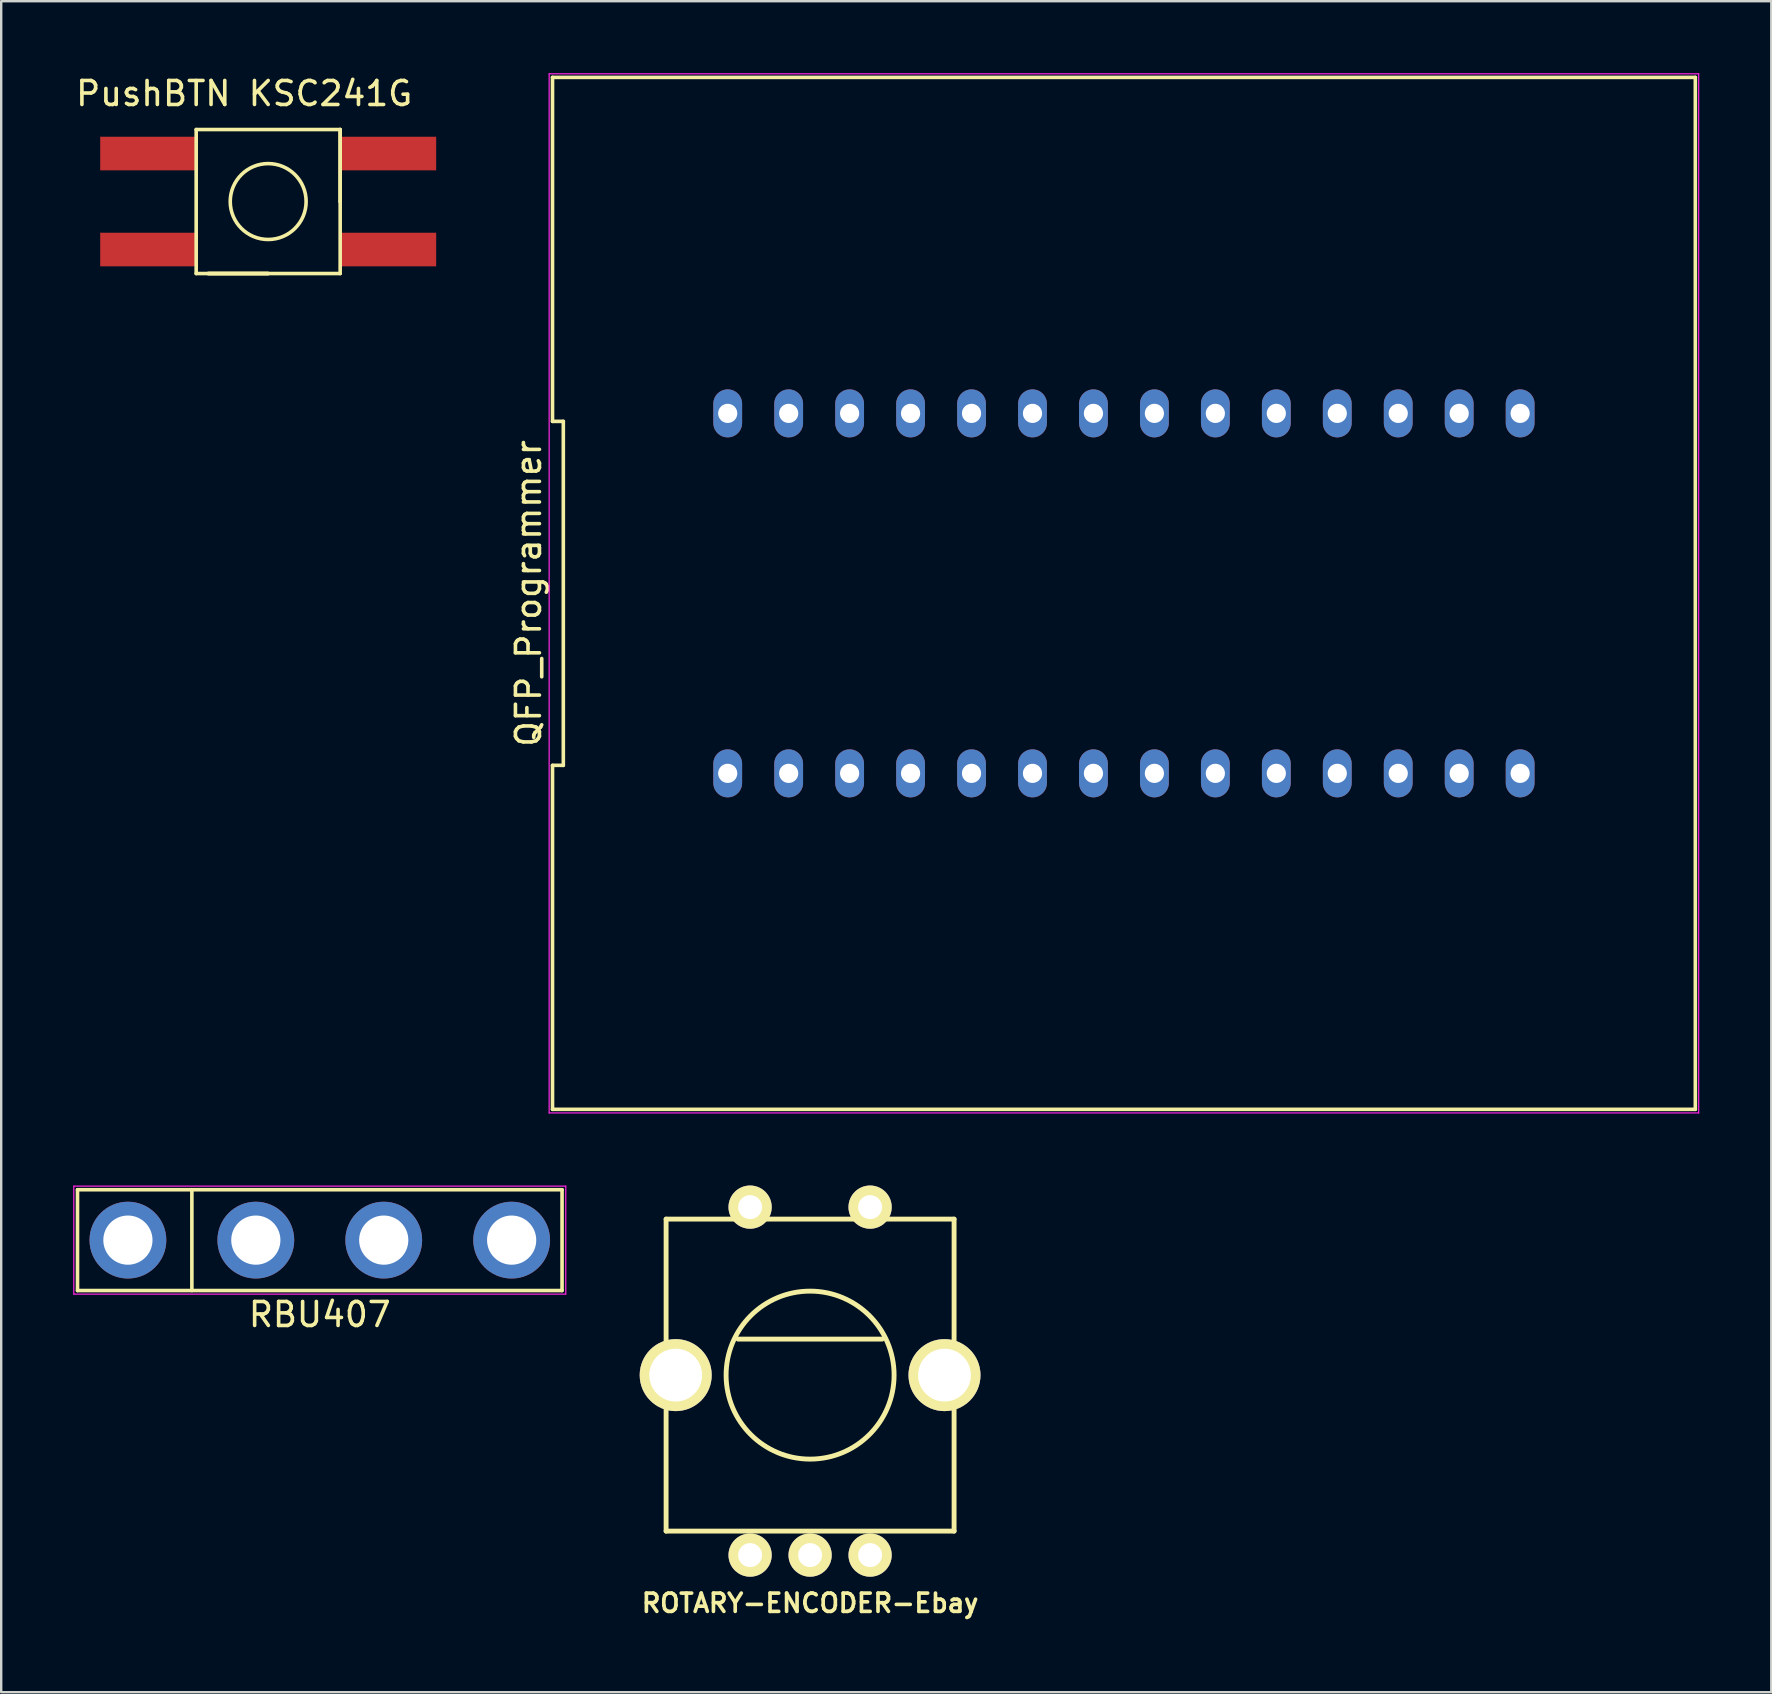
<source format=kicad_pcb>
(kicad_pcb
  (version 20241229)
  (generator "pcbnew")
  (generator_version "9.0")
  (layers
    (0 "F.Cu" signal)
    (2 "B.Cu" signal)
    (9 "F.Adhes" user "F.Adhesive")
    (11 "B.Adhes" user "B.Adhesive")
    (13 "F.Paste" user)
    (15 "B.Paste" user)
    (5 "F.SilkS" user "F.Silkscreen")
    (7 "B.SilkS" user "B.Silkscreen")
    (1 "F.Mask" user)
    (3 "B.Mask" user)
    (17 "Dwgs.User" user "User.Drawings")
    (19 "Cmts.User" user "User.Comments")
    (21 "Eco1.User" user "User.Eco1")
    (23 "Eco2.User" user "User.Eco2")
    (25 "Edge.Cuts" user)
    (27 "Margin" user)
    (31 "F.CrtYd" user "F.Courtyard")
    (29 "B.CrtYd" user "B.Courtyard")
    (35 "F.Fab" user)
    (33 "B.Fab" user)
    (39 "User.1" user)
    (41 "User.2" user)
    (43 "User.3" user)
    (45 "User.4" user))
  (footprint "RBU407"
    (layer "F.Cu")
    (at 10.275 48.625)
    (property "Reference" "RBU407" (at 0 3.1 0) (layer "F.SilkS") (effects (font (size 1 1) (thickness 0.15))))
    (attr through_hole)
    (fp_line (start -10.095 -2.1) (end 10.095 -2.1) (stroke (width 0.15) (type solid)) (layer "F.SilkS"))
    (fp_line (start -10.095 2.1) (end -10.095 -2.1) (stroke (width 0.15) (type solid)) (layer "F.SilkS"))
    (fp_line (start -5.33 -2.1) (end -5.33 2.1) (stroke (width 0.15) (type solid)) (layer "F.SilkS"))
    (fp_line (start 10.095 -2.1) (end 10.095 2.1) (stroke (width 0.15) (type solid)) (layer "F.SilkS"))
    (fp_line (start 10.095 2.1) (end -10.095 2.1) (stroke (width 0.15) (type solid)) (layer "F.SilkS"))
    (fp_line (start -10.25 -2.25) (end 10.25 -2.25) (stroke (width 0.05) (type solid)) (layer "F.CrtYd"))
    (fp_line (start -10.25 2.25) (end -10.25 -2.25) (stroke (width 0.05) (type solid)) (layer "F.CrtYd"))
    (fp_line (start 10.25 -2.25) (end 10.25 2.25) (stroke (width 0.05) (type solid)) (layer "F.CrtYd"))
    (fp_line (start 10.25 2.25) (end -10.25 2.25) (stroke (width 0.05) (type solid)) (layer "F.CrtYd"))
    (pad "1" thru_hole circle (at -7.995 0) (size 3.2 3.2) (drill 2.05) (layers "*.Cu" "*.Mask"))
    (pad "2" thru_hole circle (at -2.665 0) (size 3.2 3.2) (drill 2.05) (layers "*.Cu" "*.Mask"))
    (pad "3" thru_hole circle (at 2.665 0) (size 3.2 3.2) (drill 2.05) (layers "*.Cu" "*.Mask"))
    (pad "4" thru_hole circle (at 7.995 0) (size 3.2 3.2) (drill 2.05) (layers "*.Cu" "*.Mask")))
  (footprint "ROTARY-ENCODER-Ebay"
    (layer "F.Cu")
    (at 30.706 54.25)
    (property "Reference" "ROTARY-ENCODER-Ebay" (at 0 9.5 0) (layer "F.SilkS") (effects (font (size 0.762 0.762) (thickness 0.152))))
    (attr through_hole)
    (fp_line (start -6 -6.5) (end 6 -6.5) (stroke (width 0.203) (type solid)) (layer "F.SilkS"))
    (fp_line (start -6 6.5) (end -6 -6.5) (stroke (width 0.203) (type solid)) (layer "F.SilkS"))
    (fp_line (start 3 -1.5) (end -3 -1.5) (stroke (width 0.203) (type solid)) (layer "F.SilkS"))
    (fp_line (start 6 -6.5) (end 6 6.5) (stroke (width 0.203) (type solid)) (layer "F.SilkS"))
    (fp_line (start 6 6.5) (end -6 6.5) (stroke (width 0.203) (type solid)) (layer "F.SilkS"))
    (fp_circle (center 0 0) (end 3.5 0) (stroke (width 0.203) (type solid)) (fill no) (layer "F.SilkS"))
    (pad "" thru_hole circle (at -5.6 0) (size 3 3) (drill 2.2) (layers "*.Cu" "*.Mask" "F.SilkS"))
    (pad "" thru_hole circle (at 5.6 0) (size 3 3) (drill 2.2) (layers "*.Cu" "*.Mask" "F.SilkS"))
    (pad "1" thru_hole circle (at 2.5 7.5) (size 1.8 1.8) (drill 1) (layers "*.Cu" "*.Mask" "F.SilkS"))
    (pad "2" thru_hole circle (at 0 7.5) (size 1.8 1.8) (drill 1) (layers "*.Cu" "*.Mask" "F.SilkS"))
    (pad "3" thru_hole circle (at -2.5 7.5) (size 1.8 1.8) (drill 1) (layers "*.Cu" "*.Mask" "F.SilkS"))
    (pad "4" thru_hole circle (at -2.5 -7) (size 1.8 1.8) (drill 1) (layers "*.Cu" "*.Mask" "F.SilkS"))
    (pad "5" thru_hole circle (at 2.5 -7) (size 1.8 1.8) (drill 1) (layers "*.Cu" "*.Mask" "F.SilkS")))
  (footprint "QFP_Programmer"
    (layer "F.Cu")
    (at 43.783 21.675)
    (property "Reference" "QFP_Programmer" (at -24.81 0 90) (layer "F.SilkS") (effects (font (size 1 1) (thickness 0.15))))
    (attr through_hole)
    (fp_line (start -23.81 -21.5) (end -23.81 -7.167) (stroke (width 0.15) (type solid)) (layer "F.SilkS"))
    (fp_line (start -23.81 -7.167) (end -23.36 -7.167) (stroke (width 0.15) (type solid)) (layer "F.SilkS"))
    (fp_line (start -23.81 7.167) (end -23.81 21.5) (stroke (width 0.15) (type solid)) (layer "F.SilkS"))
    (fp_line (start -23.81 21.5) (end 23.81 21.5) (stroke (width 0.15) (type solid)) (layer "F.SilkS"))
    (fp_line (start -23.36 -7.167) (end -23.36 7.167) (stroke (width 0.15) (type solid)) (layer "F.SilkS"))
    (fp_line (start -23.36 7.167) (end -23.81 7.167) (stroke (width 0.15) (type solid)) (layer "F.SilkS"))
    (fp_line (start 23.81 -21.5) (end -23.81 -21.5) (stroke (width 0.15) (type solid)) (layer "F.SilkS"))
    (fp_line (start 23.81 21.5) (end 23.81 -21.5) (stroke (width 0.15) (type solid)) (layer "F.SilkS"))
    (fp_line (start -23.95 -21.65) (end 23.95 -21.65) (stroke (width 0.05) (type solid)) (layer "F.CrtYd"))
    (fp_line (start -23.95 21.65) (end -23.95 -21.65) (stroke (width 0.05) (type solid)) (layer "F.CrtYd"))
    (fp_line (start 23.95 -21.65) (end 23.95 21.65) (stroke (width 0.05) (type solid)) (layer "F.CrtYd"))
    (fp_line (start 23.95 21.65) (end -23.95 21.65) (stroke (width 0.05) (type solid)) (layer "F.CrtYd"))
    (pad "1" thru_hole oval (at -16.51 7.5) (size 1.2 2) (drill 0.8) (layers "*.Cu" "*.Mask"))
    (pad "2" thru_hole oval (at -13.97 7.5) (size 1.2 2) (drill 0.8) (layers "*.Cu" "*.Mask"))
    (pad "3" thru_hole oval (at -11.43 7.5) (size 1.2 2) (drill 0.8) (layers "*.Cu" "*.Mask"))
    (pad "4" thru_hole oval (at -8.89 7.5) (size 1.2 2) (drill 0.8) (layers "*.Cu" "*.Mask"))
    (pad "5" thru_hole oval (at -6.35 7.5) (size 1.2 2) (drill 0.8) (layers "*.Cu" "*.Mask"))
    (pad "6" thru_hole oval (at -3.81 7.5) (size 1.2 2) (drill 0.8) (layers "*.Cu" "*.Mask"))
    (pad "7" thru_hole oval (at -1.27 7.5) (size 1.2 2) (drill 0.8) (layers "*.Cu" "*.Mask"))
    (pad "8" thru_hole oval (at 1.27 7.5) (size 1.2 2) (drill 0.8) (layers "*.Cu" "*.Mask"))
    (pad "9" thru_hole oval (at 3.81 7.5) (size 1.2 2) (drill 0.8) (layers "*.Cu" "*.Mask"))
    (pad "10" thru_hole oval (at 6.35 7.5) (size 1.2 2) (drill 0.8) (layers "*.Cu" "*.Mask"))
    (pad "11" thru_hole oval (at 8.89 7.5) (size 1.2 2) (drill 0.8) (layers "*.Cu" "*.Mask"))
    (pad "12" thru_hole oval (at 11.43 7.5) (size 1.2 2) (drill 0.8) (layers "*.Cu" "*.Mask"))
    (pad "13" thru_hole oval (at 13.97 7.5) (size 1.2 2) (drill 0.8) (layers "*.Cu" "*.Mask"))
    (pad "14" thru_hole oval (at 16.51 7.5) (size 1.2 2) (drill 0.8) (layers "*.Cu" "*.Mask"))
    (pad "15" thru_hole oval (at 16.51 -7.5) (size 1.2 2) (drill 0.8) (layers "*.Cu" "*.Mask"))
    (pad "16" thru_hole oval (at 13.97 -7.5) (size 1.2 2) (drill 0.8) (layers "*.Cu" "*.Mask"))
    (pad "17" thru_hole oval (at 11.43 -7.5) (size 1.2 2) (drill 0.8) (layers "*.Cu" "*.Mask"))
    (pad "18" thru_hole oval (at 8.89 -7.5) (size 1.2 2) (drill 0.8) (layers "*.Cu" "*.Mask"))
    (pad "19" thru_hole oval (at 6.35 -7.5) (size 1.2 2) (drill 0.8) (layers "*.Cu" "*.Mask"))
    (pad "20" thru_hole oval (at 3.81 -7.5) (size 1.2 2) (drill 0.8) (layers "*.Cu" "*.Mask"))
    (pad "21" thru_hole oval (at 1.27 -7.5) (size 1.2 2) (drill 0.8) (layers "*.Cu" "*.Mask"))
    (pad "22" thru_hole oval (at -1.27 -7.5) (size 1.2 2) (drill 0.8) (layers "*.Cu" "*.Mask"))
    (pad "23" thru_hole oval (at -3.81 -7.5) (size 1.2 2) (drill 0.8) (layers "*.Cu" "*.Mask"))
    (pad "24" thru_hole oval (at -6.35 -7.5) (size 1.2 2) (drill 0.8) (layers "*.Cu" "*.Mask"))
    (pad "25" thru_hole oval (at -8.89 -7.5) (size 1.2 2) (drill 0.8) (layers "*.Cu" "*.Mask"))
    (pad "26" thru_hole oval (at -11.43 -7.5) (size 1.2 2) (drill 0.8) (layers "*.Cu" "*.Mask"))
    (pad "27" thru_hole oval (at -13.97 -7.5) (size 1.2 2) (drill 0.8) (layers "*.Cu" "*.Mask"))
    (pad "28" thru_hole oval (at -16.51 -7.5) (size 1.2 2) (drill 0.8) (layers "*.Cu" "*.Mask")))
  (footprint "PushBTN KSC241G"
    (layer "F.Cu")
    (at 3.125 3.348)
    (property "Reference" "PushBTN KSC241G" (at 4 -2.5 0) (layer "F.SilkS") (effects (font (size 1 1) (thickness 0.15))))
    (attr through_hole)
    (fp_line (start 2 -1) (end 8 -1) (stroke (width 0.15) (type solid)) (layer "F.SilkS"))
    (fp_line (start 2 5) (end 2 -1) (stroke (width 0.15) (type solid)) (layer "F.SilkS"))
    (fp_line (start 2.5 5) (end 5 5) (stroke (width 0.15) (type solid)) (layer "F.SilkS"))
    (fp_line (start 5 5) (end 2 5) (stroke (width 0.15) (type solid)) (layer "F.SilkS"))
    (fp_line (start 8 -1) (end 8 2) (stroke (width 0.15) (type solid)) (layer "F.SilkS"))
    (fp_line (start 8 2) (end 8 -1) (stroke (width 0.15) (type solid)) (layer "F.SilkS"))
    (fp_line (start 8 2) (end 8 5) (stroke (width 0.15) (type solid)) (layer "F.SilkS"))
    (fp_line (start 8 5) (end 2.5 5) (stroke (width 0.15) (type solid)) (layer "F.SilkS"))
    (fp_circle (center 5 2) (end 6.5 2.5) (stroke (width 0.15) (type solid)) (fill no) (layer "F.SilkS"))
    (pad "1" smd rect (at 0 4) (size 4 1.4) (layers "F.Cu" "F.Mask" "F.Paste"))
    (pad "1" smd rect (at 10 4) (size 4 1.4) (layers "F.Cu" "F.Mask" "F.Paste"))
    (pad "2" smd rect (at 0 0) (size 4 1.4) (layers "F.Cu" "F.Mask" "F.Paste"))
    (pad "2" smd rect (at 10 0) (size 4 1.4) (layers "F.Cu" "F.Mask" "F.Paste")))
  (gr_rect
    (start -3 -3)
    (end 70.758 67.463)
    (stroke (width 0.1) (type default))
    (fill no)
    (layer "Edge.Cuts")))
</source>
